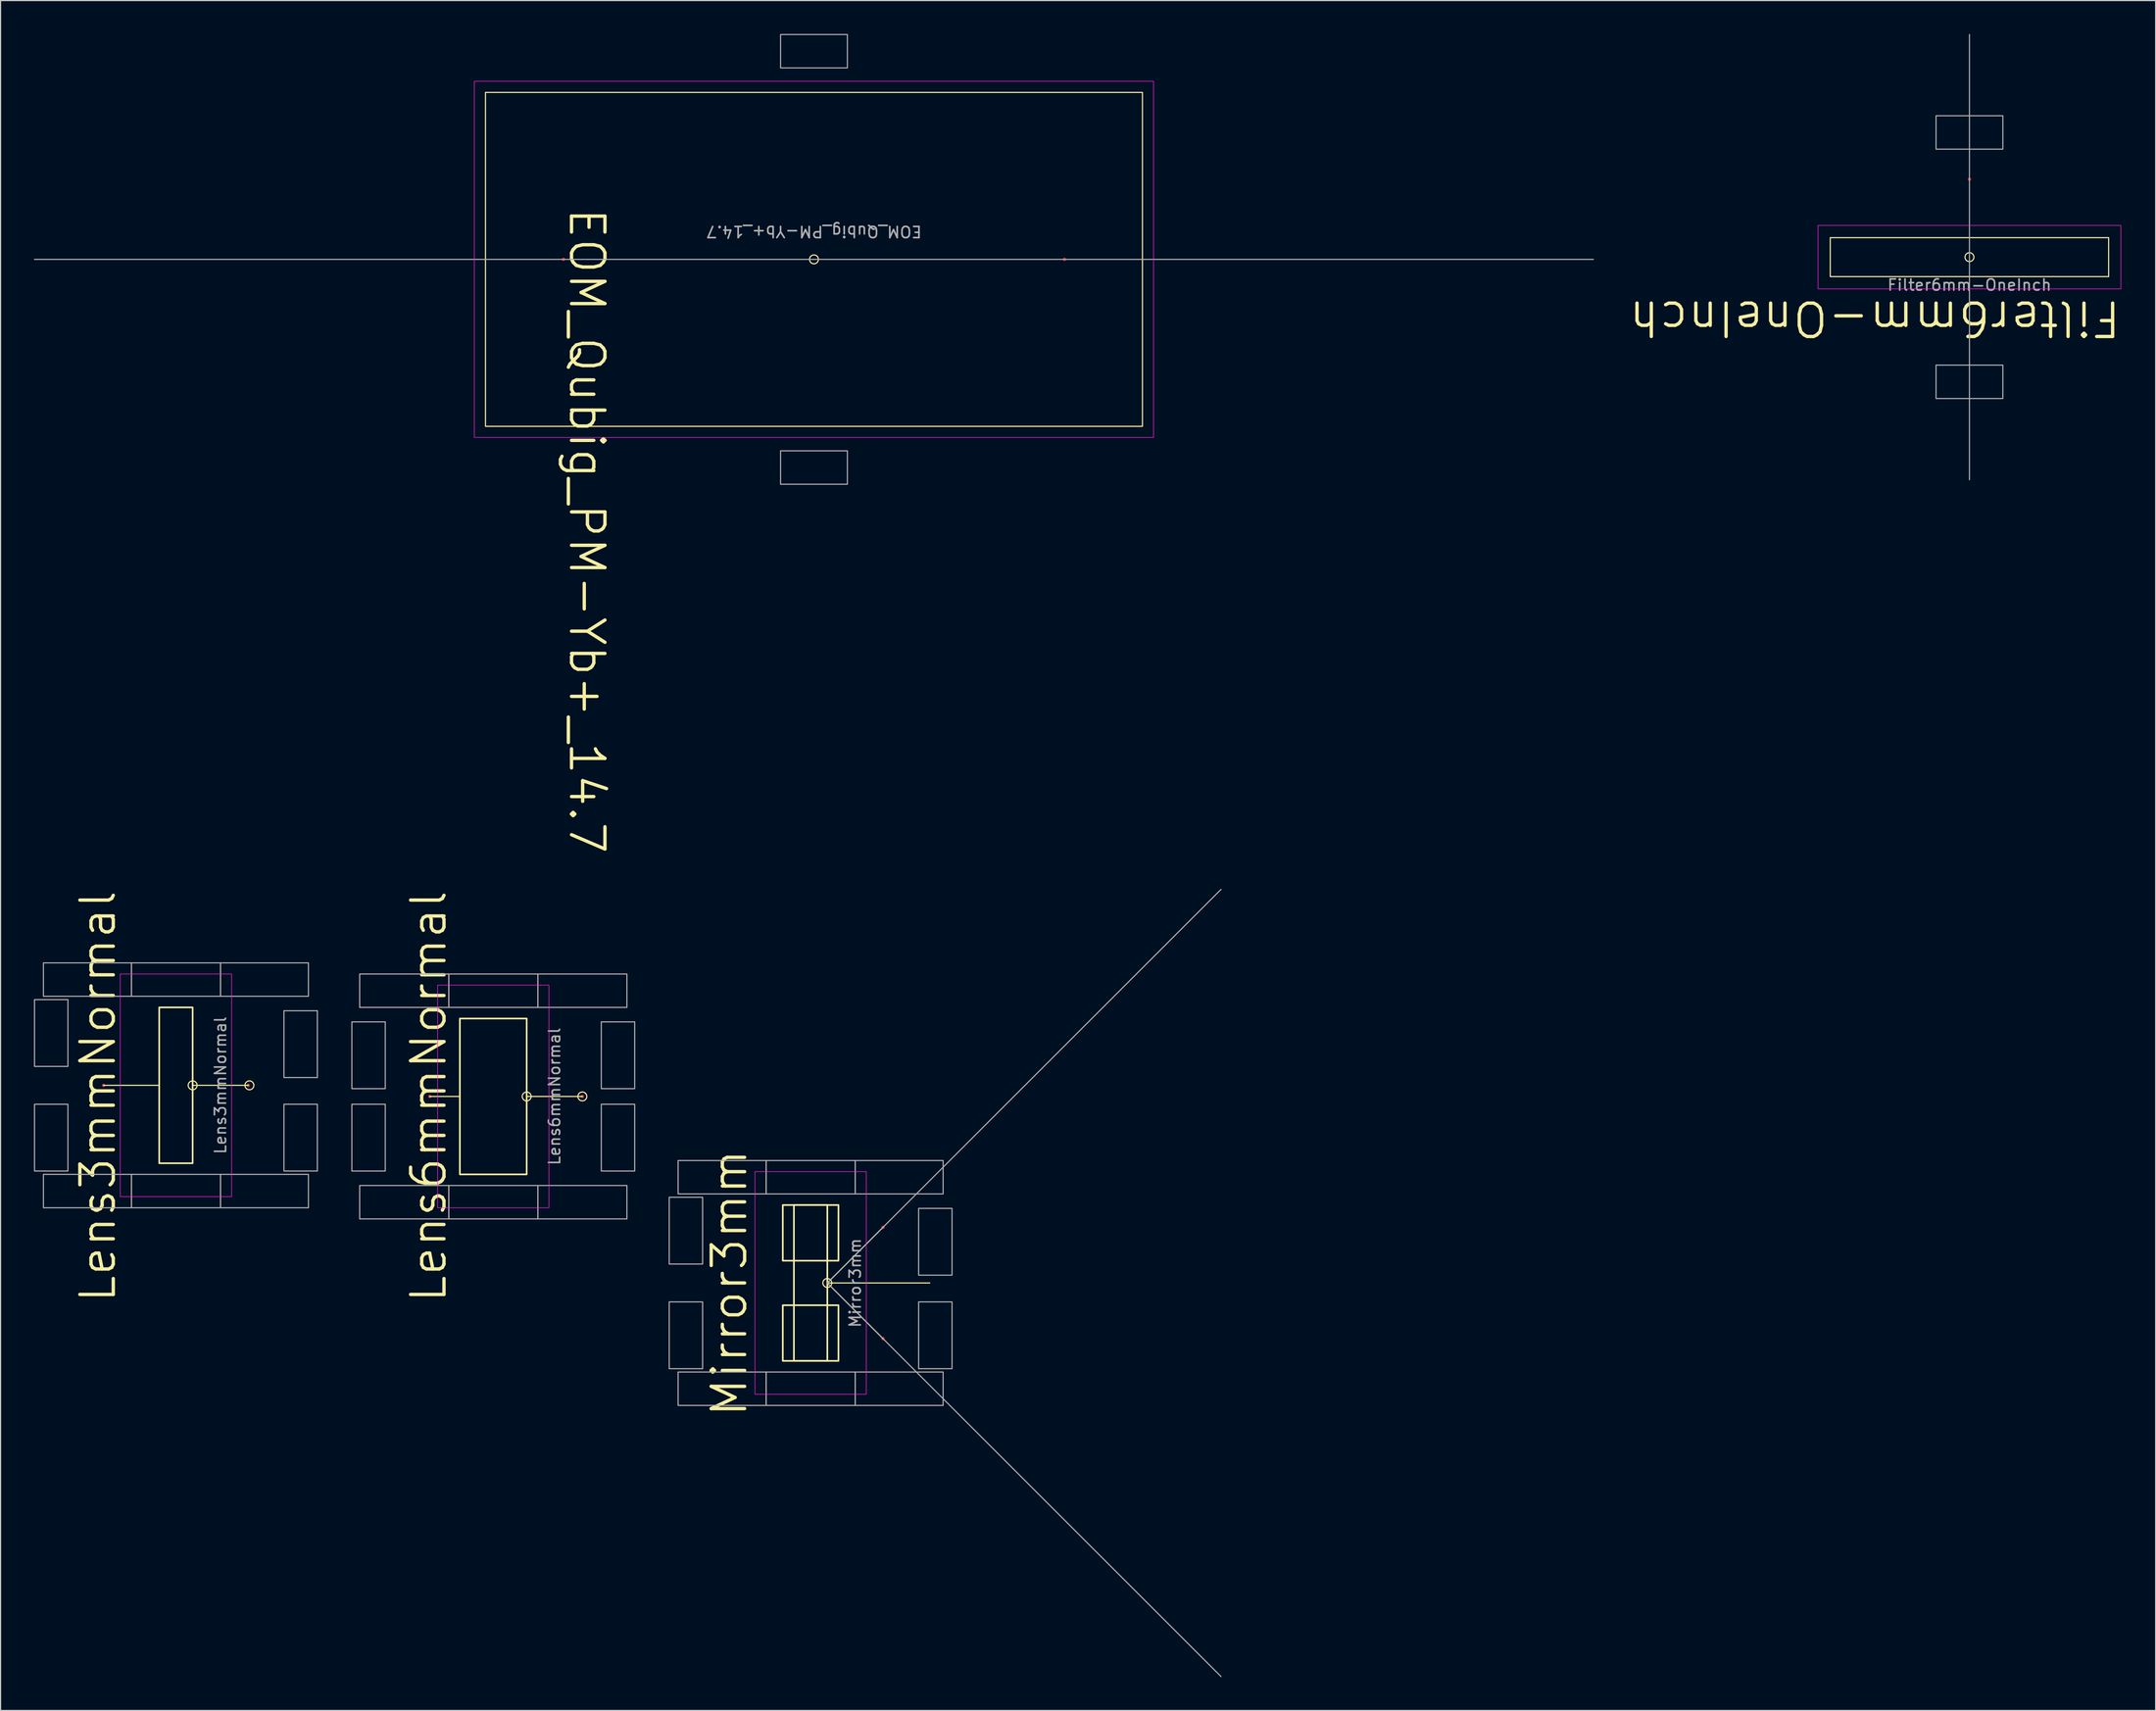
<source format=kicad_pcb>
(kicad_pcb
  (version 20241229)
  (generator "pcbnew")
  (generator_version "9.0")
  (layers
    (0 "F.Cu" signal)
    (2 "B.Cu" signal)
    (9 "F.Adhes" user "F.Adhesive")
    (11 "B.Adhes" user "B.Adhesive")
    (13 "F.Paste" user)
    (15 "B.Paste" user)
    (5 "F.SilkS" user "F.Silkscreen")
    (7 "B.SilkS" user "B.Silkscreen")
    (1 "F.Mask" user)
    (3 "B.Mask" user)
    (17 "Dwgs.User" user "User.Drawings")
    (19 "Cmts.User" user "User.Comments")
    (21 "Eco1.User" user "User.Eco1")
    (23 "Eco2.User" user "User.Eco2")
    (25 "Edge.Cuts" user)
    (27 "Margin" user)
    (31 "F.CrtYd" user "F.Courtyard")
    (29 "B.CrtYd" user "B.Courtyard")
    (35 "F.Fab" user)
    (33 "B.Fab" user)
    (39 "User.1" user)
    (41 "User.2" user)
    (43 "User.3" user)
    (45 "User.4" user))
  (footprint "Mirror3mm"
    (layer "F.Cu")
    (at 71.25 112.205)
    (property "Reference" "Mirror3mm" (at -8.8 0 90) (unlocked yes) (layer "F.SilkS") (effects (font (size 3 3) (thickness 0.3))))
    (attr smd)
    (fp_line (start 0 0) (end 5 -5) (stroke (width 0.1) (type default)) (layer "F.SilkS"))
    (fp_line (start 0 0) (end 5 5) (stroke (width 0.1) (type default)) (layer "F.SilkS"))
    (fp_line (start 0 0) (end 9.2 0) (stroke (width 0.1) (type default)) (layer "F.SilkS"))
    (fp_rect (start -4 -7) (end 1 -2) (stroke (width 0.15) (type default)) (fill no) (layer "F.SilkS"))
    (fp_rect (start -4 2) (end 1 7) (stroke (width 0.15) (type default)) (fill no) (layer "F.SilkS"))
    (fp_rect (start -3 -7) (end 0 7) (stroke (width 0.15) (type default)) (fill no) (layer "F.SilkS"))
    (fp_circle (center 0 0) (end 0.4 0) (stroke (width 0.1) (type default)) (fill no) (layer "F.SilkS"))
    (fp_rect (start -6.5 -10) (end 3.5 10) (stroke (width 0.05) (type default)) (fill no) (layer "F.CrtYd"))
    (fp_line (start 0 0) (end 35.355 -35.355) (stroke (width 0.1) (type default)) (layer "F.Fab"))
    (fp_line (start 0 0) (end 35.355 35.355) (stroke (width 0.1) (type default)) (layer "F.Fab"))
    (fp_rect (start -14.2 -7.7) (end -11.2 -1.7) (stroke (width 0.1) (type solid)) (fill no) (layer "F.Fab"))
    (fp_rect (start -14.2 1.7) (end -11.2 7.7) (stroke (width 0.1) (type solid)) (fill no) (layer "F.Fab"))
    (fp_rect (start -13.4 -11) (end -5.5 -8) (stroke (width 0.1) (type default)) (fill no) (layer "F.Fab"))
    (fp_rect (start -13.4 8) (end -5.5 11) (stroke (width 0.1) (type default)) (fill no) (layer "F.Fab"))
    (fp_rect (start -5.5 -11) (end 2.5 -8) (stroke (width 0.1) (type solid)) (fill no) (layer "F.Fab"))
    (fp_rect (start -5.5 8) (end 2.5 11) (stroke (width 0.1) (type solid)) (fill no) (layer "F.Fab"))
    (fp_rect (start 2.5 -11) (end 10.4 -8) (stroke (width 0.1) (type default)) (fill no) (layer "F.Fab"))
    (fp_rect (start 2.5 8) (end 10.4 11) (stroke (width 0.1) (type default)) (fill no) (layer "F.Fab"))
    (fp_rect (start 8.2 -6.7) (end 11.2 -0.7) (stroke (width 0.1) (type solid)) (fill no) (layer "F.Fab"))
    (fp_rect (start 8.2 1.7) (end 11.2 7.7) (stroke (width 0.1) (type solid)) (fill no) (layer "F.Fab"))
    (fp_text user "${REFERENCE}" (at 2.5 0 90) (unlocked yes) (layer "F.Fab") (effects (font (size 1 1) (thickness 0.15))))
    (pad "1" smd circle (at 5 5 90) (size 0.3 0.3) (layers "F.Cu" "F.Mask" "F.Paste"))
    (pad "2" smd circle (at 5 -5 90) (size 0.3 0.3) (layers "F.Cu" "F.Mask" "F.Paste")))
  (footprint "Lens3mmNormal"
    (layer "F.Cu")
    (at 14.25 94.45)
    (property "Reference" "Lens3mmNormal" (at -8.5 1 90) (unlocked yes) (layer "F.SilkS") (effects (font (size 3 3) (thickness 0.3))))
    (attr smd)
    (fp_line (start -8 0) (end -3 0) (stroke (width 0.1) (type default)) (layer "F.SilkS"))
    (fp_line (start 0 0) (end 5 0) (stroke (width 0.1) (type default)) (layer "F.SilkS"))
    (fp_rect (start -3 -7) (end 0 7) (stroke (width 0.15) (type default)) (fill no) (layer "F.SilkS"))
    (fp_circle (center 0 0) (end 0.4 0) (stroke (width 0.1) (type default)) (fill no) (layer "F.SilkS"))
    (fp_circle (center 5.1 0) (end 5.5 0) (stroke (width 0.1) (type default)) (fill no) (layer "F.SilkS"))
    (fp_rect (start -6.5 -10) (end 3.5 10) (stroke (width 0.05) (type default)) (fill no) (layer "F.CrtYd"))
    (fp_rect (start -14.2 -7.7) (end -11.2 -1.7) (stroke (width 0.1) (type solid)) (fill no) (layer "F.Fab"))
    (fp_rect (start -14.2 1.7) (end -11.2 7.7) (stroke (width 0.1) (type solid)) (fill no) (layer "F.Fab"))
    (fp_rect (start -13.4 -11) (end -5.5 -8) (stroke (width 0.1) (type default)) (fill no) (layer "F.Fab"))
    (fp_rect (start -13.4 8) (end -5.5 11) (stroke (width 0.1) (type default)) (fill no) (layer "F.Fab"))
    (fp_rect (start -5.5 -11) (end 2.5 -8) (stroke (width 0.1) (type solid)) (fill no) (layer "F.Fab"))
    (fp_rect (start -5.5 8) (end 2.5 11) (stroke (width 0.1) (type solid)) (fill no) (layer "F.Fab"))
    (fp_rect (start 2.5 -11) (end 10.4 -8) (stroke (width 0.1) (type default)) (fill no) (layer "F.Fab"))
    (fp_rect (start 2.5 8) (end 10.4 11) (stroke (width 0.1) (type default)) (fill no) (layer "F.Fab"))
    (fp_rect (start 8.2 -6.7) (end 11.2 -0.7) (stroke (width 0.1) (type solid)) (fill no) (layer "F.Fab"))
    (fp_rect (start 8.2 1.7) (end 11.2 7.7) (stroke (width 0.1) (type solid)) (fill no) (layer "F.Fab"))
    (fp_text user "${REFERENCE}" (at 2.5 0 90) (unlocked yes) (layer "F.Fab") (effects (font (size 1 1) (thickness 0.15))))
    (pad "1" smd circle (at -8 0 90) (size 0.3 0.3) (layers "F.Cu" "F.Mask" "F.Paste"))
    (pad "1" smd circle (at 5 0 90) (size 0.3 0.3) (layers "F.Cu" "F.Mask" "F.Paste")))
  (footprint "Filter6mm-OneInch"
    (layer "F.Cu")
    (at 173.821 20.05)
    (property "Reference" "Filter6mm-OneInch" (at -8.5 5.5 180) (unlocked yes) (layer "F.SilkS") (effects (font (size 3 3) (thickness 0.3))))
    (attr smd)
    (fp_rect (start -12.5 -1.75) (end 12.5 1.75) (stroke (width 0.1) (type default)) (fill no) (layer "F.SilkS"))
    (fp_circle (center 0 0) (end 0.4 0) (stroke (width 0.1) (type default)) (fill no) (layer "F.SilkS"))
    (fp_rect (start -13.6 -2.85) (end 13.6 2.85) (stroke (width 0.05) (type default)) (fill no) (layer "F.CrtYd"))
    (fp_line (start 0 0) (end 0 -20) (stroke (width 0.1) (type default)) (layer "F.Fab"))
    (fp_line (start 0 0) (end 0 20) (stroke (width 0.1) (type default)) (layer "F.Fab"))
    (fp_rect (start -3 -12.7) (end 3 -9.7) (stroke (width 0.1) (type solid)) (fill no) (layer "F.Fab"))
    (fp_rect (start -3 12.7) (end 3 9.7) (stroke (width 0.1) (type solid)) (fill no) (layer "F.Fab"))
    (fp_text user "${REFERENCE}" (at 0 2.5 0) (unlocked yes) (layer "F.Fab") (effects (font (size 1 1) (thickness 0.15))))
    (pad "1" smd circle (at 0 -7) (size 0.3 0.3) (layers "F.Cu" "F.Mask" "F.Paste"))
    (pad "2" smd circle (at 0 7) (size 0.3 0.3) (layers "F.Cu" "F.Mask" "F.Paste")))
  (footprint "EOM_Qubig_PM-Yb+_14.7"
    (layer "F.Cu")
    (at 70.05 20.25)
    (property "Reference" "EOM_Qubig_PM-Yb+_14.7" (at -20.4 24.4 270) (unlocked yes) (layer "F.SilkS") (effects (font (size 3 3) (thickness 0.3))))
    (attr smd)
    (fp_rect (start 29.5 15) (end -29.5 -15) (stroke (width 0.1) (type default)) (fill no) (layer "F.SilkS"))
    (fp_circle (center 0 0) (end 0.4 0) (stroke (width 0.1) (type default)) (fill no) (layer "F.SilkS"))
    (fp_rect (start -30.5 -16) (end 30.5 16) (stroke (width 0.05) (type default)) (fill no) (layer "F.CrtYd"))
    (fp_line (start 0 0) (end -70 0) (stroke (width 0.1) (type default)) (layer "F.Fab"))
    (fp_line (start 0 0) (end 70 0) (stroke (width 0.1) (type default)) (layer "F.Fab"))
    (fp_rect (start -3 -20.2) (end 3 -17.2) (stroke (width 0.1) (type solid)) (fill no) (layer "F.Fab"))
    (fp_rect (start -3 17.2) (end 3 20.2) (stroke (width 0.1) (type solid)) (fill no) (layer "F.Fab"))
    (fp_text user "${REFERENCE}" (at 0 -2.5 180) (unlocked yes) (layer "F.Fab") (effects (font (size 1 1) (thickness 0.15))))
    (pad "1" smd circle (at 22.5 0 180) (size 0.3 0.3) (layers "F.Cu" "F.Mask" "F.Paste"))
    (pad "2" smd circle (at -22.5 0 180) (size 0.3 0.3) (layers "F.Cu" "F.Mask" "F.Paste")))
  (footprint "Lens6mmNormal"
    (layer "F.Cu")
    (at 44.25 95.45)
    (property "Reference" "Lens6mmNormal" (at -8.8 0 90) (unlocked yes) (layer "F.SilkS") (effects (font (size 3 3) (thickness 0.3))))
    (attr smd)
    (fp_line (start -8.7 0) (end -6 0) (stroke (width 0.1) (type default)) (layer "F.SilkS"))
    (fp_line (start 0 0) (end 5 0) (stroke (width 0.1) (type default)) (layer "F.SilkS"))
    (fp_rect (start -6 -7) (end 0 7) (stroke (width 0.15) (type default)) (fill no) (layer "F.SilkS"))
    (fp_circle (center 0 0) (end 0.4 0) (stroke (width 0.1) (type default)) (fill no) (layer "F.SilkS"))
    (fp_circle (center 5 0) (end 5.4 0) (stroke (width 0.1) (type default)) (fill no) (layer "F.SilkS"))
    (fp_rect (start -8 -10) (end 2 10) (stroke (width 0.05) (type default)) (fill no) (layer "F.CrtYd"))
    (fp_rect (start -15.7 -6.7) (end -12.7 -0.7) (stroke (width 0.1) (type solid)) (fill no) (layer "F.Fab"))
    (fp_rect (start -15.7 0.7) (end -12.7 6.7) (stroke (width 0.1) (type solid)) (fill no) (layer "F.Fab"))
    (fp_rect (start -15 -11) (end -7 -8) (stroke (width 0.1) (type default)) (fill no) (layer "F.Fab"))
    (fp_rect (start -15 8) (end -7 11) (stroke (width 0.1) (type default)) (fill no) (layer "F.Fab"))
    (fp_rect (start -7 -11) (end 1 -8) (stroke (width 0.1) (type solid)) (fill no) (layer "F.Fab"))
    (fp_rect (start -7 8) (end 1 11) (stroke (width 0.1) (type solid)) (fill no) (layer "F.Fab"))
    (fp_rect (start 1 -11) (end 9 -8) (stroke (width 0.1) (type default)) (fill no) (layer "F.Fab"))
    (fp_rect (start 1 8) (end 9 11) (stroke (width 0.1) (type default)) (fill no) (layer "F.Fab"))
    (fp_rect (start 6.7 -6.7) (end 9.7 -0.7) (stroke (width 0.1) (type solid)) (fill no) (layer "F.Fab"))
    (fp_rect (start 6.7 0.7) (end 9.7 6.7) (stroke (width 0.1) (type solid)) (fill no) (layer "F.Fab"))
    (fp_text user "${REFERENCE}" (at 2.5 0 90) (unlocked yes) (layer "F.Fab") (effects (font (size 1 1) (thickness 0.15))))
    (pad "1" smd circle (at 5 0 90) (size 0.3 0.3) (layers "F.Cu" "F.Mask" "F.Paste"))
    (pad "2" smd circle (at -8.7 0 90) (size 0.3 0.3) (layers "F.Cu" "F.Mask" "F.Paste")))
  (gr_rect
    (start -3 -3)
    (end 190.543 150.611)
    (stroke (width 0.1) (type default))
    (fill no)
    (layer "Edge.Cuts")))
</source>
